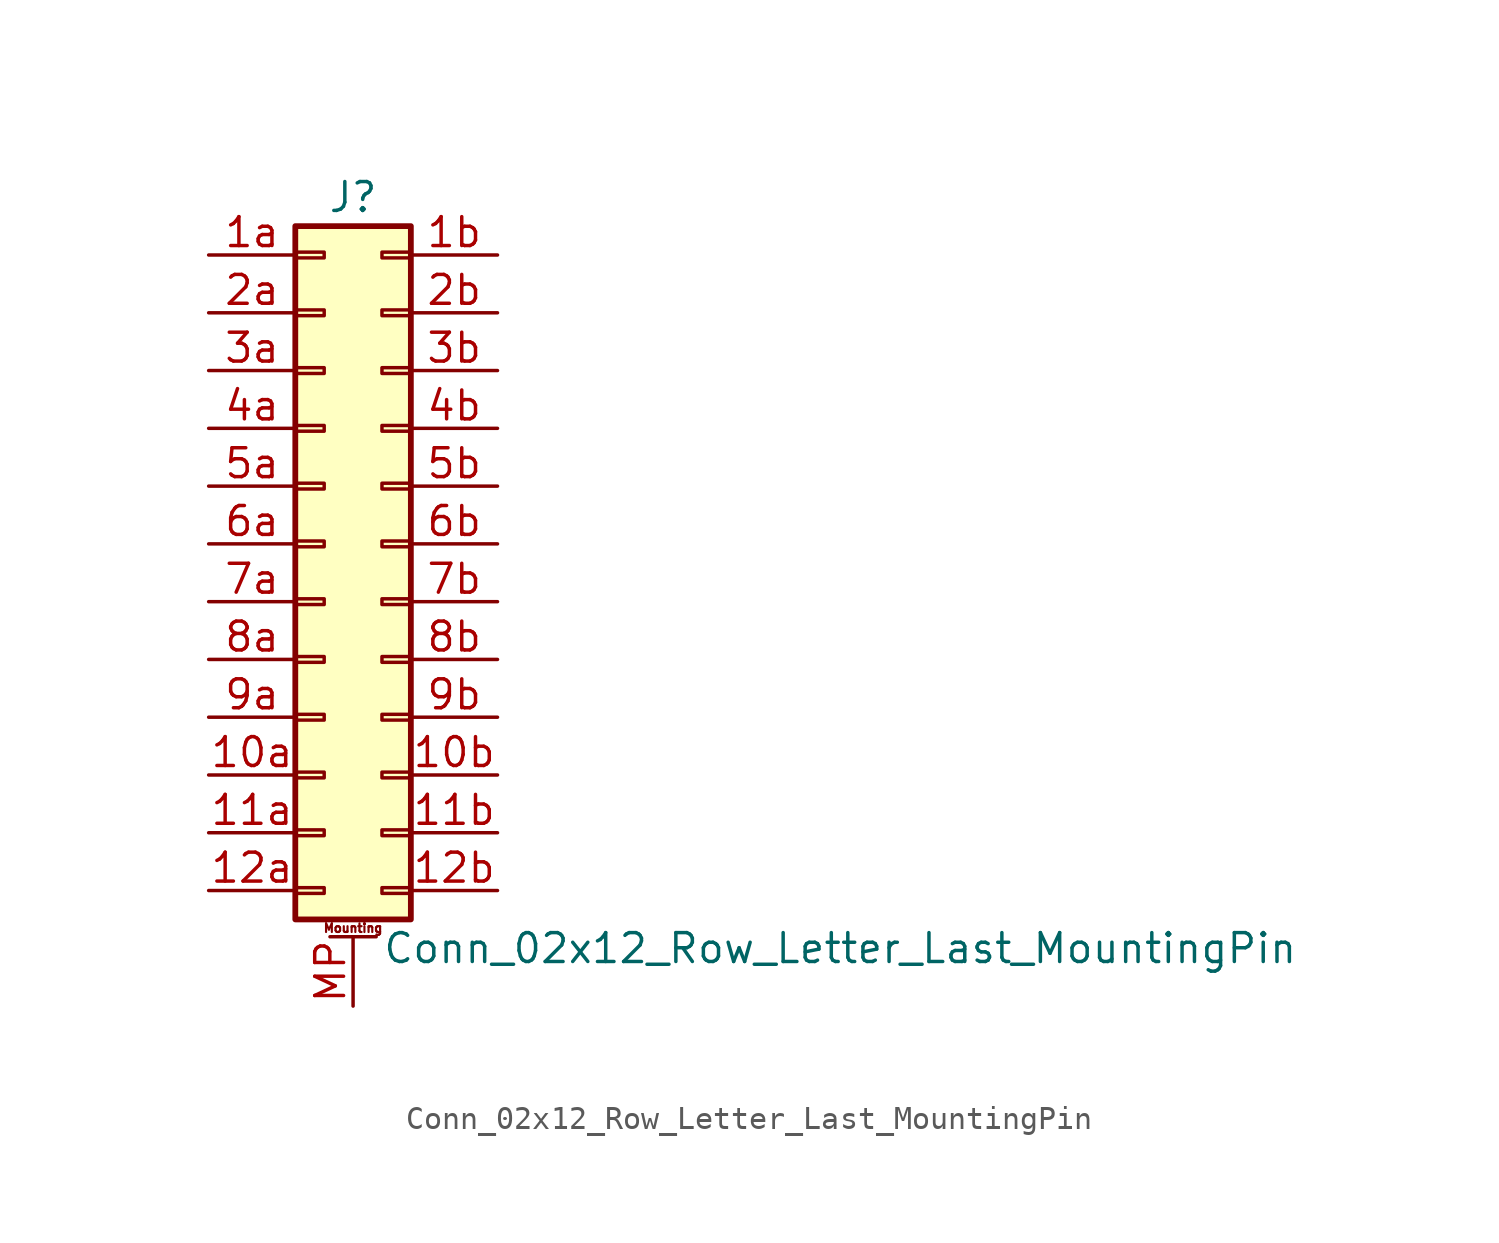
<source format=kicad_sym>
(kicad_symbol_lib
  (version 20220914)
  (generator kicad_symbol_editor)
  (symbol "Conn_02x12_Row_Letter_Last_MountingPin"
    (pin_names
      (offset 1.016) hide)
    (property "Reference" "J"
      (at 1.27 15.24 0)
      (effects (font (size 1.27 1.27))))
    (property "Value" "Conn_02x12_Row_Letter_Last_MountingPin"
      (at 2.54 -17.78 0)
      (effects (font (size 1.27 1.27)) (justify left)))
    (symbol "Conn_02x12_Row_Letter_Last_MountingPin_1_1"
      (rectangle (start -1.27 -15.113) (end 0 -15.367) (stroke (width 0.152) (type default)) (fill (type none)))
      (rectangle (start -1.27 -12.573) (end 0 -12.827) (stroke (width 0.152) (type default)) (fill (type none)))
      (rectangle (start -1.27 -10.033) (end 0 -10.287) (stroke (width 0.152) (type default)) (fill (type none)))
      (rectangle (start -1.27 -7.493) (end 0 -7.747) (stroke (width 0.152) (type default)) (fill (type none)))
      (rectangle (start -1.27 -4.953) (end 0 -5.207) (stroke (width 0.152) (type default)) (fill (type none)))
      (rectangle (start -1.27 -2.413) (end 0 -2.667) (stroke (width 0.152) (type default)) (fill (type none)))
      (rectangle (start -1.27 0.127) (end 0 -0.127) (stroke (width 0.152) (type default)) (fill (type none)))
      (rectangle (start -1.27 2.667) (end 0 2.413) (stroke (width 0.152) (type default)) (fill (type none)))
      (rectangle (start -1.27 5.207) (end 0 4.953) (stroke (width 0.152) (type default)) (fill (type none)))
      (rectangle (start -1.27 7.747) (end 0 7.493) (stroke (width 0.152) (type default)) (fill (type none)))
      (rectangle (start -1.27 10.287) (end 0 10.033) (stroke (width 0.152) (type default)) (fill (type none)))
      (rectangle (start -1.27 12.827) (end 0 12.573) (stroke (width 0.152) (type default)) (fill (type none)))
      (rectangle (start -1.27 13.97) (end 3.81 -16.51) (stroke (width 0.254) (type default)) (fill (type background)))
      (polyline (pts (xy 0.254 -17.272) (xy 2.286 -17.272)) (stroke (width 0.152) (type default)) (fill (type none)))
      (rectangle (start 3.81 -15.113) (end 2.54 -15.367) (stroke (width 0.152) (type default)) (fill (type none)))
      (rectangle (start 3.81 -12.573) (end 2.54 -12.827) (stroke (width 0.152) (type default)) (fill (type none)))
      (rectangle (start 3.81 -10.033) (end 2.54 -10.287) (stroke (width 0.152) (type default)) (fill (type none)))
      (rectangle (start 3.81 -7.493) (end 2.54 -7.747) (stroke (width 0.152) (type default)) (fill (type none)))
      (rectangle (start 3.81 -4.953) (end 2.54 -5.207) (stroke (width 0.152) (type default)) (fill (type none)))
      (rectangle (start 3.81 -2.413) (end 2.54 -2.667) (stroke (width 0.152) (type default)) (fill (type none)))
      (rectangle (start 3.81 0.127) (end 2.54 -0.127) (stroke (width 0.152) (type default)) (fill (type none)))
      (rectangle (start 3.81 2.667) (end 2.54 2.413) (stroke (width 0.152) (type default)) (fill (type none)))
      (rectangle (start 3.81 5.207) (end 2.54 4.953) (stroke (width 0.152) (type default)) (fill (type none)))
      (rectangle (start 3.81 7.747) (end 2.54 7.493) (stroke (width 0.152) (type default)) (fill (type none)))
      (rectangle (start 3.81 10.287) (end 2.54 10.033) (stroke (width 0.152) (type default)) (fill (type none)))
      (rectangle (start 3.81 12.827) (end 2.54 12.573) (stroke (width 0.152) (type default)) (fill (type none)))
      (text "Mounting" (at 1.27 -16.891 0) (effects (font (size 0.381 0.381))))
      (pin passive line (at -5.08 -10.16 0) (length 3.81) (name "Pin_10a" (effects (font (size 1.27 1.27)))) (number "10a" (effects (font (size 1.27 1.27)))))
      (pin passive line (at 7.62 -10.16 180) (length 3.81) (name "Pin_10b" (effects (font (size 1.27 1.27)))) (number "10b" (effects (font (size 1.27 1.27)))))
      (pin passive line (at -5.08 -12.7 0) (length 3.81) (name "Pin_11a" (effects (font (size 1.27 1.27)))) (number "11a" (effects (font (size 1.27 1.27)))))
      (pin passive line (at 7.62 -12.7 180) (length 3.81) (name "Pin_11b" (effects (font (size 1.27 1.27)))) (number "11b" (effects (font (size 1.27 1.27)))))
      (pin passive line (at -5.08 -15.24 0) (length 3.81) (name "Pin_12a" (effects (font (size 1.27 1.27)))) (number "12a" (effects (font (size 1.27 1.27)))))
      (pin passive line (at 7.62 -15.24 180) (length 3.81) (name "Pin_12b" (effects (font (size 1.27 1.27)))) (number "12b" (effects (font (size 1.27 1.27)))))
      (pin passive line (at -5.08 12.7 0) (length 3.81) (name "Pin_1a" (effects (font (size 1.27 1.27)))) (number "1a" (effects (font (size 1.27 1.27)))))
      (pin passive line (at 7.62 12.7 180) (length 3.81) (name "Pin_1b" (effects (font (size 1.27 1.27)))) (number "1b" (effects (font (size 1.27 1.27)))))
      (pin passive line (at -5.08 10.16 0) (length 3.81) (name "Pin_2a" (effects (font (size 1.27 1.27)))) (number "2a" (effects (font (size 1.27 1.27)))))
      (pin passive line (at 7.62 10.16 180) (length 3.81) (name "Pin_2b" (effects (font (size 1.27 1.27)))) (number "2b" (effects (font (size 1.27 1.27)))))
      (pin passive line (at -5.08 7.62 0) (length 3.81) (name "Pin_3a" (effects (font (size 1.27 1.27)))) (number "3a" (effects (font (size 1.27 1.27)))))
      (pin passive line (at 7.62 7.62 180) (length 3.81) (name "Pin_3b" (effects (font (size 1.27 1.27)))) (number "3b" (effects (font (size 1.27 1.27)))))
      (pin passive line (at -5.08 5.08 0) (length 3.81) (name "Pin_4a" (effects (font (size 1.27 1.27)))) (number "4a" (effects (font (size 1.27 1.27)))))
      (pin passive line (at 7.62 5.08 180) (length 3.81) (name "Pin_4b" (effects (font (size 1.27 1.27)))) (number "4b" (effects (font (size 1.27 1.27)))))
      (pin passive line (at -5.08 2.54 0) (length 3.81) (name "Pin_5a" (effects (font (size 1.27 1.27)))) (number "5a" (effects (font (size 1.27 1.27)))))
      (pin passive line (at 7.62 2.54 180) (length 3.81) (name "Pin_5b" (effects (font (size 1.27 1.27)))) (number "5b" (effects (font (size 1.27 1.27)))))
      (pin passive line (at -5.08 0 0) (length 3.81) (name "Pin_6a" (effects (font (size 1.27 1.27)))) (number "6a" (effects (font (size 1.27 1.27)))))
      (pin passive line (at 7.62 0 180) (length 3.81) (name "Pin_6b" (effects (font (size 1.27 1.27)))) (number "6b" (effects (font (size 1.27 1.27)))))
      (pin passive line (at -5.08 -2.54 0) (length 3.81) (name "Pin_7a" (effects (font (size 1.27 1.27)))) (number "7a" (effects (font (size 1.27 1.27)))))
      (pin passive line (at 7.62 -2.54 180) (length 3.81) (name "Pin_7b" (effects (font (size 1.27 1.27)))) (number "7b" (effects (font (size 1.27 1.27)))))
      (pin passive line (at -5.08 -5.08 0) (length 3.81) (name "Pin_8a" (effects (font (size 1.27 1.27)))) (number "8a" (effects (font (size 1.27 1.27)))))
      (pin passive line (at 7.62 -5.08 180) (length 3.81) (name "Pin_8b" (effects (font (size 1.27 1.27)))) (number "8b" (effects (font (size 1.27 1.27)))))
      (pin passive line (at -5.08 -7.62 0) (length 3.81) (name "Pin_9a" (effects (font (size 1.27 1.27)))) (number "9a" (effects (font (size 1.27 1.27)))))
      (pin passive line (at 7.62 -7.62 180) (length 3.81) (name "Pin_9b" (effects (font (size 1.27 1.27)))) (number "9b" (effects (font (size 1.27 1.27)))))
      (pin passive line (at 1.27 -20.32 90) (length 3.048) (name "MountPin" (effects (font (size 1.27 1.27)))) (number "MP" (effects (font (size 1.27 1.27))))))))
</source>
